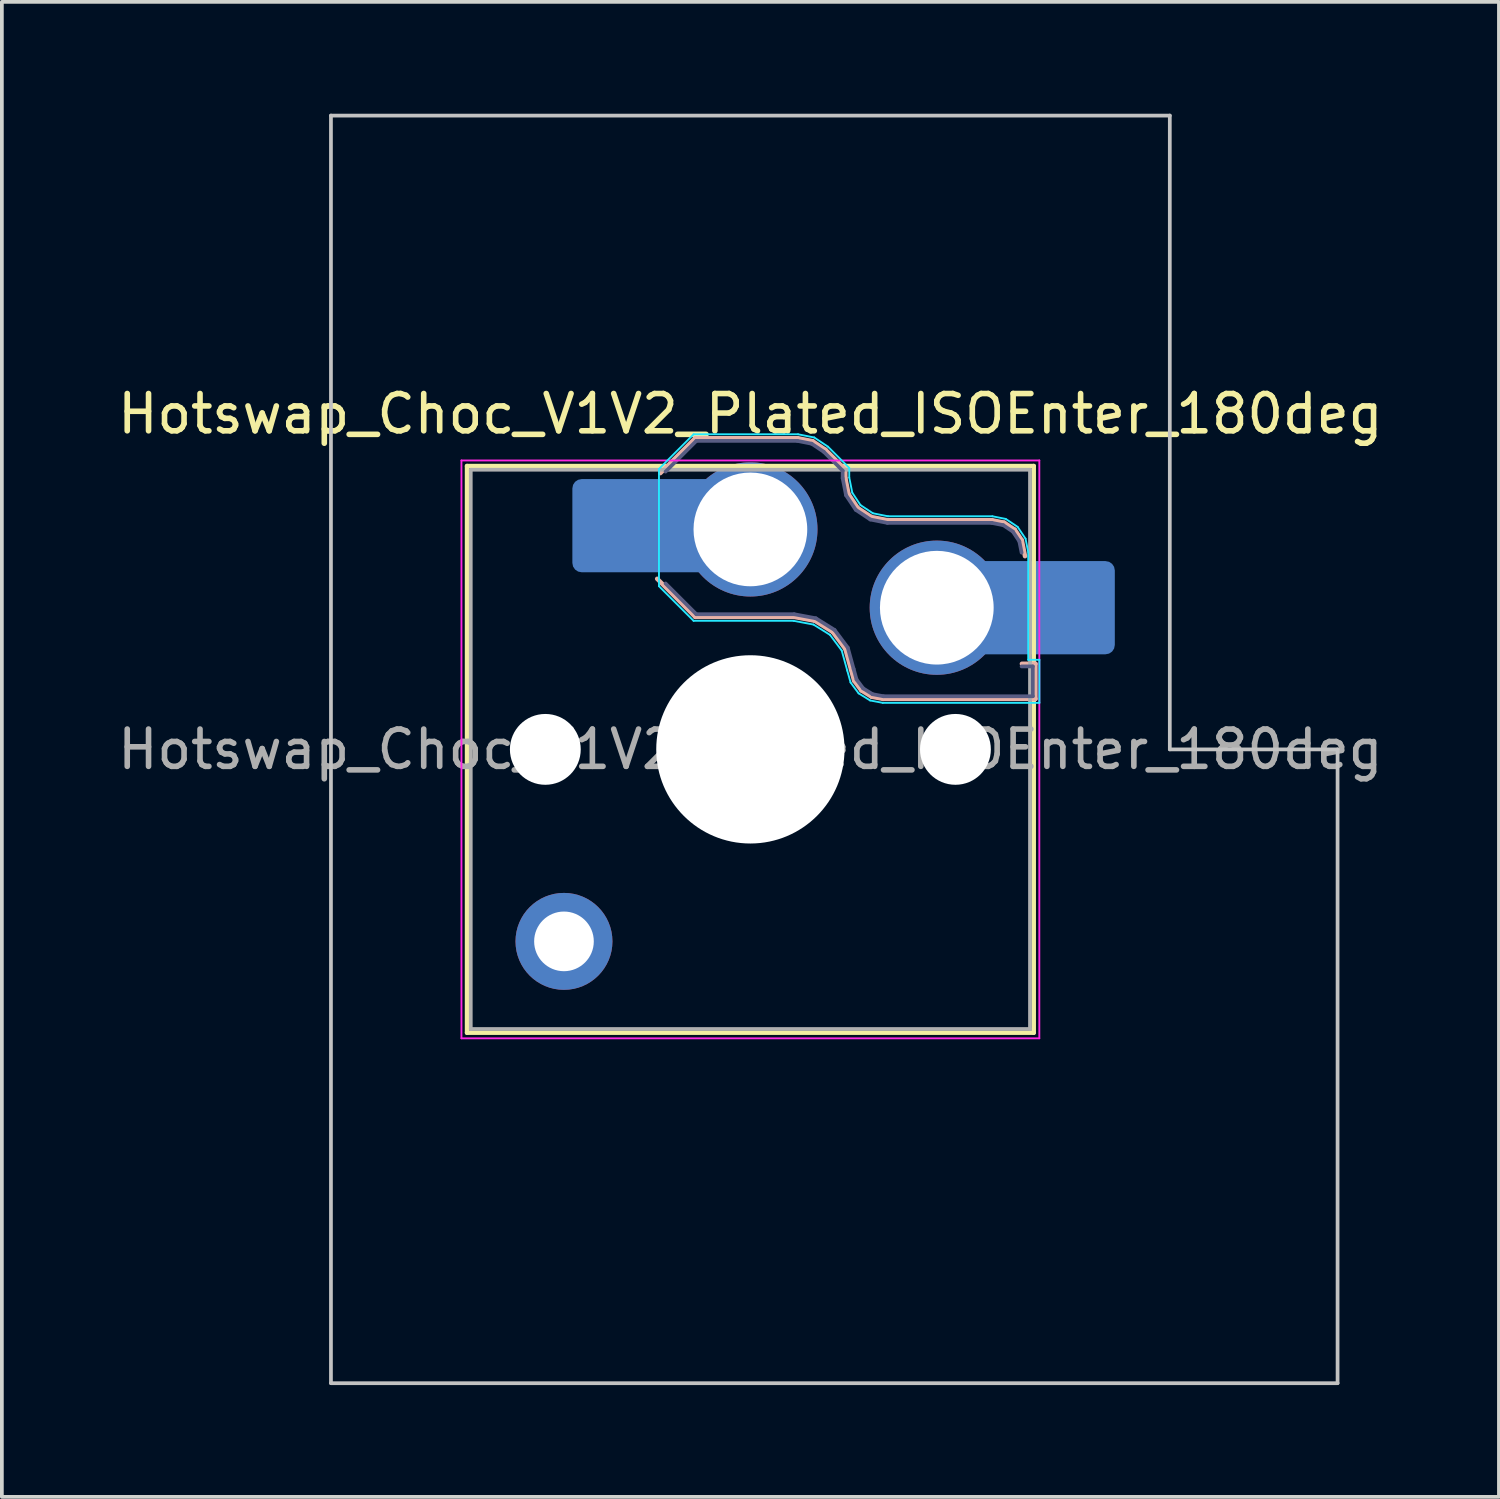
<source format=kicad_pcb>
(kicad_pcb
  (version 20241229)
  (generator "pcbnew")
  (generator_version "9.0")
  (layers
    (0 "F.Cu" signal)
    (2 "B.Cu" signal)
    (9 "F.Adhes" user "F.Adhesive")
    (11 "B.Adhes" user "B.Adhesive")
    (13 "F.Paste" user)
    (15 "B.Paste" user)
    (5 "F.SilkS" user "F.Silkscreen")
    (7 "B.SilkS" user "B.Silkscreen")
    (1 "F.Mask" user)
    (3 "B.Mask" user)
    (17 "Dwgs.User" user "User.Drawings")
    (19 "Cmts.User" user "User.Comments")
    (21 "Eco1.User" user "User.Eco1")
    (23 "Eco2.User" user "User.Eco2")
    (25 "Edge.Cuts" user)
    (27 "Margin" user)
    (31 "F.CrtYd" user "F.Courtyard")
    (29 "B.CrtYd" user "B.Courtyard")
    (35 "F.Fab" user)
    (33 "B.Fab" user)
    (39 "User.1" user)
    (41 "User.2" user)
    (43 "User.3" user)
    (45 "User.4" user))
  (footprint "Hotswap_Choc_V1V2_Plated_ISOEnter_180deg"
    (layer "F.Cu")
    (at 17.077 17.05)
    (property "Reference" "Hotswap_Choc_V1V2_Plated_ISOEnter_180deg" (at 0 -9 0) (layer "F.SilkS") (effects (font (size 1 1) (thickness 0.15))))
    (attr smd allow_soldermask_bridges)
    (fp_line (start -7.6 -7.6) (end -7.6 7.6) (stroke (width 0.12) (type solid)) (layer "F.SilkS"))
    (fp_line (start -7.6 7.6) (end 7.6 7.6) (stroke (width 0.12) (type solid)) (layer "F.SilkS"))
    (fp_line (start 7.6 -7.6) (end -7.6 -7.6) (stroke (width 0.12) (type solid)) (layer "F.SilkS"))
    (fp_line (start 7.6 7.6) (end 7.6 -7.6) (stroke (width 0.12) (type solid)) (layer "F.SilkS"))
    (fp_line (start -2.416 -7.409) (end -1.479 -8.346) (stroke (width 0.12) (type solid)) (layer "B.SilkS"))
    (fp_line (start -1.479 -8.346) (end 1.268 -8.346) (stroke (width 0.12) (type solid)) (layer "B.SilkS"))
    (fp_line (start -1.479 -3.554) (end -2.5 -4.575) (stroke (width 0.12) (type solid)) (layer "B.SilkS"))
    (fp_line (start 1.168 -3.554) (end -1.479 -3.554) (stroke (width 0.12) (type solid)) (layer "B.SilkS"))
    (fp_line (start 1.268 -8.346) (end 1.671 -8.266) (stroke (width 0.12) (type solid)) (layer "B.SilkS"))
    (fp_line (start 1.671 -8.266) (end 2.013 -8.037) (stroke (width 0.12) (type solid)) (layer "B.SilkS"))
    (fp_line (start 1.73 -3.449) (end 1.168 -3.554) (stroke (width 0.12) (type solid)) (layer "B.SilkS"))
    (fp_line (start 2.013 -8.037) (end 2.546 -7.504) (stroke (width 0.12) (type solid)) (layer "B.SilkS"))
    (fp_line (start 2.209 -3.15) (end 1.73 -3.449) (stroke (width 0.12) (type solid)) (layer "B.SilkS"))
    (fp_line (start 2.546 -7.504) (end 2.546 -7.282) (stroke (width 0.12) (type solid)) (layer "B.SilkS"))
    (fp_line (start 2.546 -7.282) (end 2.633 -6.844) (stroke (width 0.12) (type solid)) (layer "B.SilkS"))
    (fp_line (start 2.547 -2.697) (end 2.209 -3.15) (stroke (width 0.12) (type solid)) (layer "B.SilkS"))
    (fp_line (start 2.633 -6.844) (end 2.877 -6.477) (stroke (width 0.12) (type solid)) (layer "B.SilkS"))
    (fp_line (start 2.701 -2.139) (end 2.547 -2.697) (stroke (width 0.12) (type solid)) (layer "B.SilkS"))
    (fp_line (start 2.783 -1.841) (end 2.701 -2.139) (stroke (width 0.12) (type solid)) (layer "B.SilkS"))
    (fp_line (start 2.877 -6.477) (end 3.244 -6.233) (stroke (width 0.12) (type solid)) (layer "B.SilkS"))
    (fp_line (start 2.976 -1.583) (end 2.783 -1.841) (stroke (width 0.12) (type solid)) (layer "B.SilkS"))
    (fp_line (start 3.244 -6.233) (end 3.682 -6.146) (stroke (width 0.12) (type solid)) (layer "B.SilkS"))
    (fp_line (start 3.25 -1.413) (end 2.976 -1.583) (stroke (width 0.12) (type solid)) (layer "B.SilkS"))
    (fp_line (start 3.56 -1.354) (end 3.25 -1.413) (stroke (width 0.12) (type solid)) (layer "B.SilkS"))
    (fp_line (start 3.682 -6.146) (end 6.482 -6.146) (stroke (width 0.12) (type solid)) (layer "B.SilkS"))
    (fp_line (start 6.482 -6.146) (end 6.809 -6.081) (stroke (width 0.12) (type solid)) (layer "B.SilkS"))
    (fp_line (start 6.809 -6.081) (end 7.092 -5.892) (stroke (width 0.12) (type solid)) (layer "B.SilkS"))
    (fp_line (start 7.092 -5.892) (end 7.281 -5.609) (stroke (width 0.12) (type solid)) (layer "B.SilkS"))
    (fp_line (start 7.281 -5.609) (end 7.366 -5.182) (stroke (width 0.12) (type solid)) (layer "B.SilkS"))
    (fp_line (start 7.283 -2.296) (end 7.646 -2.296) (stroke (width 0.12) (type solid)) (layer "B.SilkS"))
    (fp_line (start 7.646 -2.296) (end 7.646 -1.354) (stroke (width 0.12) (type solid)) (layer "B.SilkS"))
    (fp_line (start 7.646 -1.354) (end 3.56 -1.354) (stroke (width 0.12) (type solid)) (layer "B.SilkS"))
    (fp_line (start -11.25 -17) (end -11.25 17) (stroke (width 0.1) (type solid)) (layer "Dwgs.User"))
    (fp_line (start -11.25 17) (end 15.75 17) (stroke (width 0.1) (type solid)) (layer "Dwgs.User"))
    (fp_line (start 11.25 -17) (end -11.25 -17) (stroke (width 0.1) (type solid)) (layer "Dwgs.User"))
    (fp_line (start 11.25 0) (end 11.25 -17) (stroke (width 0.1) (type solid)) (layer "Dwgs.User"))
    (fp_line (start 15.75 0) (end 11.25 0) (stroke (width 0.1) (type solid)) (layer "Dwgs.User"))
    (fp_line (start 15.75 17) (end 15.75 0) (stroke (width 0.1) (type solid)) (layer "Dwgs.User"))
    (fp_line (start -7.25 -7.25) (end -7.25 7.25) (stroke (width 0.1) (type solid)) (layer "Eco1.User"))
    (fp_line (start -7.25 7.25) (end 7.25 7.25) (stroke (width 0.1) (type solid)) (layer "Eco1.User"))
    (fp_line (start 7.25 -7.25) (end -7.25 -7.25) (stroke (width 0.1) (type solid)) (layer "Eco1.User"))
    (fp_line (start 7.25 7.25) (end 7.25 -7.25) (stroke (width 0.1) (type solid)) (layer "Eco1.User"))
    (fp_line (start -2.452 -7.523) (end -1.523 -8.452) (stroke (width 0.05) (type solid)) (layer "B.CrtYd"))
    (fp_line (start -2.452 -4.377) (end -2.452 -7.523) (stroke (width 0.05) (type solid)) (layer "B.CrtYd"))
    (fp_line (start -1.523 -8.452) (end 1.278 -8.452) (stroke (width 0.05) (type solid)) (layer "B.CrtYd"))
    (fp_line (start -1.523 -3.448) (end -2.452 -4.377) (stroke (width 0.05) (type solid)) (layer "B.CrtYd"))
    (fp_line (start 1.159 -3.448) (end -1.523 -3.448) (stroke (width 0.05) (type solid)) (layer "B.CrtYd"))
    (fp_line (start 1.278 -8.452) (end 1.712 -8.366) (stroke (width 0.05) (type solid)) (layer "B.CrtYd"))
    (fp_line (start 1.691 -3.348) (end 1.159 -3.448) (stroke (width 0.05) (type solid)) (layer "B.CrtYd"))
    (fp_line (start 1.712 -8.366) (end 2.081 -8.119) (stroke (width 0.05) (type solid)) (layer "B.CrtYd"))
    (fp_line (start 2.081 -8.119) (end 2.652 -7.548) (stroke (width 0.05) (type solid)) (layer "B.CrtYd"))
    (fp_line (start 2.136 -3.071) (end 1.691 -3.348) (stroke (width 0.05) (type solid)) (layer "B.CrtYd"))
    (fp_line (start 2.45 -2.65) (end 2.136 -3.071) (stroke (width 0.05) (type solid)) (layer "B.CrtYd"))
    (fp_line (start 2.599 -2.111) (end 2.45 -2.65) (stroke (width 0.05) (type solid)) (layer "B.CrtYd"))
    (fp_line (start 2.652 -7.548) (end 2.652 -7.292) (stroke (width 0.05) (type solid)) (layer "B.CrtYd"))
    (fp_line (start 2.652 -7.292) (end 2.733 -6.885) (stroke (width 0.05) (type solid)) (layer "B.CrtYd"))
    (fp_line (start 2.687 -1.794) (end 2.599 -2.111) (stroke (width 0.05) (type solid)) (layer "B.CrtYd"))
    (fp_line (start 2.733 -6.885) (end 2.953 -6.553) (stroke (width 0.05) (type solid)) (layer "B.CrtYd"))
    (fp_line (start 2.903 -1.503) (end 2.687 -1.794) (stroke (width 0.05) (type solid)) (layer "B.CrtYd"))
    (fp_line (start 2.953 -6.553) (end 3.285 -6.333) (stroke (width 0.05) (type solid)) (layer "B.CrtYd"))
    (fp_line (start 3.211 -1.312) (end 2.903 -1.503) (stroke (width 0.05) (type solid)) (layer "B.CrtYd"))
    (fp_line (start 3.285 -6.333) (end 3.692 -6.252) (stroke (width 0.05) (type solid)) (layer "B.CrtYd"))
    (fp_line (start 3.55 -1.248) (end 3.211 -1.312) (stroke (width 0.05) (type solid)) (layer "B.CrtYd"))
    (fp_line (start 3.692 -6.252) (end 6.492 -6.252) (stroke (width 0.05) (type solid)) (layer "B.CrtYd"))
    (fp_line (start 6.492 -6.252) (end 6.85 -6.181) (stroke (width 0.05) (type solid)) (layer "B.CrtYd"))
    (fp_line (start 6.85 -6.181) (end 7.168 -5.968) (stroke (width 0.05) (type solid)) (layer "B.CrtYd"))
    (fp_line (start 7.168 -5.968) (end 7.381 -5.65) (stroke (width 0.05) (type solid)) (layer "B.CrtYd"))
    (fp_line (start 7.381 -5.65) (end 7.452 -5.292) (stroke (width 0.05) (type solid)) (layer "B.CrtYd"))
    (fp_line (start 7.452 -5.292) (end 7.452 -2.402) (stroke (width 0.05) (type solid)) (layer "B.CrtYd"))
    (fp_line (start 7.452 -2.402) (end 7.752 -2.402) (stroke (width 0.05) (type solid)) (layer "B.CrtYd"))
    (fp_line (start 7.752 -2.402) (end 7.752 -1.248) (stroke (width 0.05) (type solid)) (layer "B.CrtYd"))
    (fp_line (start 7.752 -1.248) (end 3.55 -1.248) (stroke (width 0.05) (type solid)) (layer "B.CrtYd"))
    (fp_line (start -7.75 -7.75) (end -7.75 7.75) (stroke (width 0.05) (type solid)) (layer "F.CrtYd"))
    (fp_line (start -7.75 7.75) (end 7.75 7.75) (stroke (width 0.05) (type solid)) (layer "F.CrtYd"))
    (fp_line (start 7.75 -7.75) (end -7.75 -7.75) (stroke (width 0.05) (type solid)) (layer "F.CrtYd"))
    (fp_line (start 7.75 7.75) (end 7.75 -7.75) (stroke (width 0.05) (type solid)) (layer "F.CrtYd"))
    (fp_line (start -2.275 -7.45) (end -1.45 -8.275) (stroke (width 0.1) (type solid)) (layer "B.Fab"))
    (fp_line (start -1.45 -8.275) (end 1.261 -8.275) (stroke (width 0.1) (type solid)) (layer "B.Fab"))
    (fp_line (start -1.45 -3.625) (end -2.275 -4.45) (stroke (width 0.1) (type solid)) (layer "B.Fab"))
    (fp_line (start 1.175 -3.625) (end -1.45 -3.625) (stroke (width 0.1) (type solid)) (layer "B.Fab"))
    (fp_line (start 1.261 -8.275) (end 1.643 -8.199) (stroke (width 0.1) (type solid)) (layer "B.Fab"))
    (fp_line (start 1.643 -8.199) (end 1.968 -7.982) (stroke (width 0.1) (type solid)) (layer "B.Fab"))
    (fp_line (start 1.756 -3.516) (end 1.175 -3.625) (stroke (width 0.1) (type solid)) (layer "B.Fab"))
    (fp_line (start 1.968 -7.982) (end 2.475 -7.475) (stroke (width 0.1) (type solid)) (layer "B.Fab"))
    (fp_line (start 2.258 -3.203) (end 1.756 -3.516) (stroke (width 0.1) (type solid)) (layer "B.Fab"))
    (fp_line (start 2.475 -7.475) (end 2.475 -7.275) (stroke (width 0.1) (type solid)) (layer "B.Fab"))
    (fp_line (start 2.475 -7.275) (end 2.566 -6.816) (stroke (width 0.1) (type solid)) (layer "B.Fab"))
    (fp_line (start 2.566 -6.816) (end 2.826 -6.426) (stroke (width 0.1) (type solid)) (layer "B.Fab"))
    (fp_line (start 2.612 -2.729) (end 2.258 -3.203) (stroke (width 0.1) (type solid)) (layer "B.Fab"))
    (fp_line (start 2.769 -2.158) (end 2.612 -2.729) (stroke (width 0.1) (type solid)) (layer "B.Fab"))
    (fp_line (start 2.826 -6.426) (end 3.216 -6.166) (stroke (width 0.1) (type solid)) (layer "B.Fab"))
    (fp_line (start 2.848 -1.873) (end 2.769 -2.158) (stroke (width 0.1) (type solid)) (layer "B.Fab"))
    (fp_line (start 3.025 -1.636) (end 2.848 -1.873) (stroke (width 0.1) (type solid)) (layer "B.Fab"))
    (fp_line (start 3.216 -6.166) (end 3.675 -6.075) (stroke (width 0.1) (type solid)) (layer "B.Fab"))
    (fp_line (start 3.276 -1.48) (end 3.025 -1.636) (stroke (width 0.1) (type solid)) (layer "B.Fab"))
    (fp_line (start 3.567 -1.425) (end 3.276 -1.48) (stroke (width 0.1) (type solid)) (layer "B.Fab"))
    (fp_line (start 3.675 -6.075) (end 6.475 -6.075) (stroke (width 0.1) (type solid)) (layer "B.Fab"))
    (fp_line (start 6.475 -6.075) (end 6.781 -6.014) (stroke (width 0.1) (type solid)) (layer "B.Fab"))
    (fp_line (start 6.781 -6.014) (end 7.041 -5.841) (stroke (width 0.1) (type solid)) (layer "B.Fab"))
    (fp_line (start 7.041 -5.841) (end 7.214 -5.581) (stroke (width 0.1) (type solid)) (layer "B.Fab"))
    (fp_line (start 7.214 -5.581) (end 7.275 -5.275) (stroke (width 0.1) (type solid)) (layer "B.Fab"))
    (fp_line (start 7.275 -2.225) (end 7.575 -2.225) (stroke (width 0.1) (type solid)) (layer "B.Fab"))
    (fp_line (start 7.575 -2.225) (end 7.575 -1.425) (stroke (width 0.1) (type solid)) (layer "B.Fab"))
    (fp_line (start 7.575 -1.425) (end 3.567 -1.425) (stroke (width 0.1) (type solid)) (layer "B.Fab"))
    (fp_line (start -7.5 -7.5) (end -7.5 7.5) (stroke (width 0.1) (type solid)) (layer "F.Fab"))
    (fp_line (start -7.5 7.5) (end 7.5 7.5) (stroke (width 0.1) (type solid)) (layer "F.Fab"))
    (fp_line (start 7.5 -7.5) (end -7.5 -7.5) (stroke (width 0.1) (type solid)) (layer "F.Fab"))
    (fp_line (start 7.5 7.5) (end 7.5 -7.5) (stroke (width 0.1) (type solid)) (layer "F.Fab"))
    (fp_text user "${REFERENCE}" (at 0 0 0) (layer "F.Fab") (effects (font (size 1 1) (thickness 0.15))))
    (pad "" np_thru_hole circle (at -5.5 0) (size 1.9 1.9) (drill 1.9) (layers "*.Cu" "*.Mask"))
    (pad "" thru_hole circle (at -5 5.15) (size 2.6 2.6) (drill 1.6) (layers "*.Cu" "*.Mask"))
    (pad "" smd roundrect (at -3.5 -6) (size 2.55 2.5) (layers "B.Mask" "B.Paste") (roundrect_rratio 0.1))
    (pad "" np_thru_hole circle (at 0 0) (size 5.05 5.05) (drill 5.05) (layers "*.Cu" "*.Mask"))
    (pad "" np_thru_hole circle (at 5.5 0) (size 1.9 1.9) (drill 1.9) (layers "*.Cu" "*.Mask"))
    (pad "" smd roundrect (at 8.5 -3.8) (size 2.55 2.5) (layers "B.Mask" "B.Paste") (roundrect_rratio 0.1))
    (pad "1" smd roundrect (at -2.85 -6) (size 3.85 2.5) (layers "B.Cu") (roundrect_rratio 0.1))
    (pad "1" thru_hole circle (at 0 -5.9) (size 3.6 3.6) (drill 3.05) (layers "*.Cu" "*.Mask"))
    (pad "2" thru_hole circle (at 5 -3.8) (size 3.6 3.6) (drill 3.05) (layers "*.Cu" "*.Mask"))
    (pad "2" smd roundrect (at 7.85 -3.8) (size 3.85 2.5) (layers "B.Cu") (roundrect_rratio 0.1)))
  (gr_rect
    (start -3 -3)
    (end 37.155 37.1)
    (stroke (width 0.1) (type default))
    (fill no)
    (layer "Edge.Cuts")))
</source>
